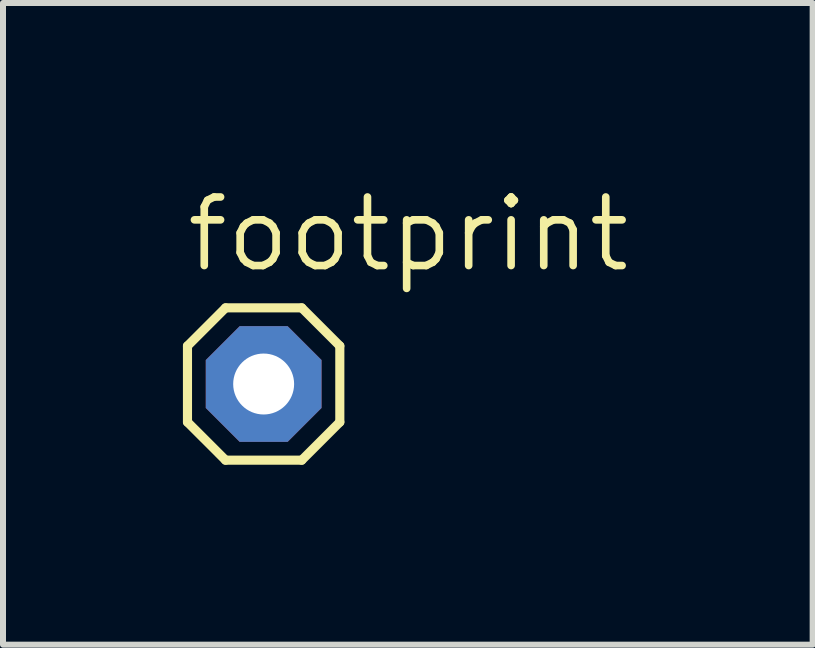
<source format=kicad_pcb>
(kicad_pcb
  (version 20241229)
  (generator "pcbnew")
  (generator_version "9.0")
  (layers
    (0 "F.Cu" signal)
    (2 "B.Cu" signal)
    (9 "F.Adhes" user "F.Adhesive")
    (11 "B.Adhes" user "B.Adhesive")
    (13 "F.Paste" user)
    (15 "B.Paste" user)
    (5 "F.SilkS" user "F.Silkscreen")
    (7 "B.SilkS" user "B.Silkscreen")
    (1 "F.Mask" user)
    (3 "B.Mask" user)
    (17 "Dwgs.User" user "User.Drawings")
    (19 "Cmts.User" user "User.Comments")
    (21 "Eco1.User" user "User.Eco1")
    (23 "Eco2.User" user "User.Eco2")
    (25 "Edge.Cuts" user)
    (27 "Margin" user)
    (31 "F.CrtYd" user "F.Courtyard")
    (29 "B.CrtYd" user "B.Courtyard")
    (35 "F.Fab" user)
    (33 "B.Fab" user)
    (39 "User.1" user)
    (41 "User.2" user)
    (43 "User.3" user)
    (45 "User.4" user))
  (footprint "footprint"
    (layer "F.Cu")
    (at 1.346 3.353)
    (property "Reference" "footprint" (at -1.346 -1.829 0) (layer "F.SilkS") (effects (font (size 1.143 1.143) (thickness 0.127)) (justify left bottom)))
    (fp_line (start -1.27 -0.635) (end -1.27 0.635) (stroke (width 0.152) (type solid)) (layer "F.SilkS"))
    (fp_line (start -1.27 0.635) (end -0.635 1.27) (stroke (width 0.152) (type solid)) (layer "F.SilkS"))
    (fp_line (start -0.635 -1.27) (end -1.27 -0.635) (stroke (width 0.152) (type solid)) (layer "F.SilkS"))
    (fp_line (start -0.635 -1.27) (end 0.635 -1.27) (stroke (width 0.152) (type solid)) (layer "F.SilkS"))
    (fp_line (start 0.635 -1.27) (end 1.27 -0.635) (stroke (width 0.152) (type solid)) (layer "F.SilkS"))
    (fp_line (start 0.635 1.27) (end -0.635 1.27) (stroke (width 0.152) (type solid)) (layer "F.SilkS"))
    (fp_line (start 1.27 -0.635) (end 1.27 0.635) (stroke (width 0.152) (type solid)) (layer "F.SilkS"))
    (fp_line (start 1.27 0.635) (end 0.635 1.27) (stroke (width 0.152) (type solid)) (layer "F.SilkS"))
    (fp_poly (pts (xy -0.254 0.254) (xy 0.254 0.254) (xy 0.254 -0.254) (xy -0.254 -0.254)) (stroke (width 0.1) (type solid)) (fill no) (layer "F.Fab"))
    (pad "1" thru_hole roundrect (at 0 0) (size 1.93 1.93) (drill 1.016) (layers "*.Cu" "*.Mask") (roundrect_rratio 0.25) (chamfer_ratio 0.293) (chamfer top_left top_right bottom_left bottom_right)))
  (gr_rect
    (start -3 -3)
    (end 10.5 7.699)
    (stroke (width 0.1) (type default))
    (fill no)
    (layer "Edge.Cuts")))
</source>
